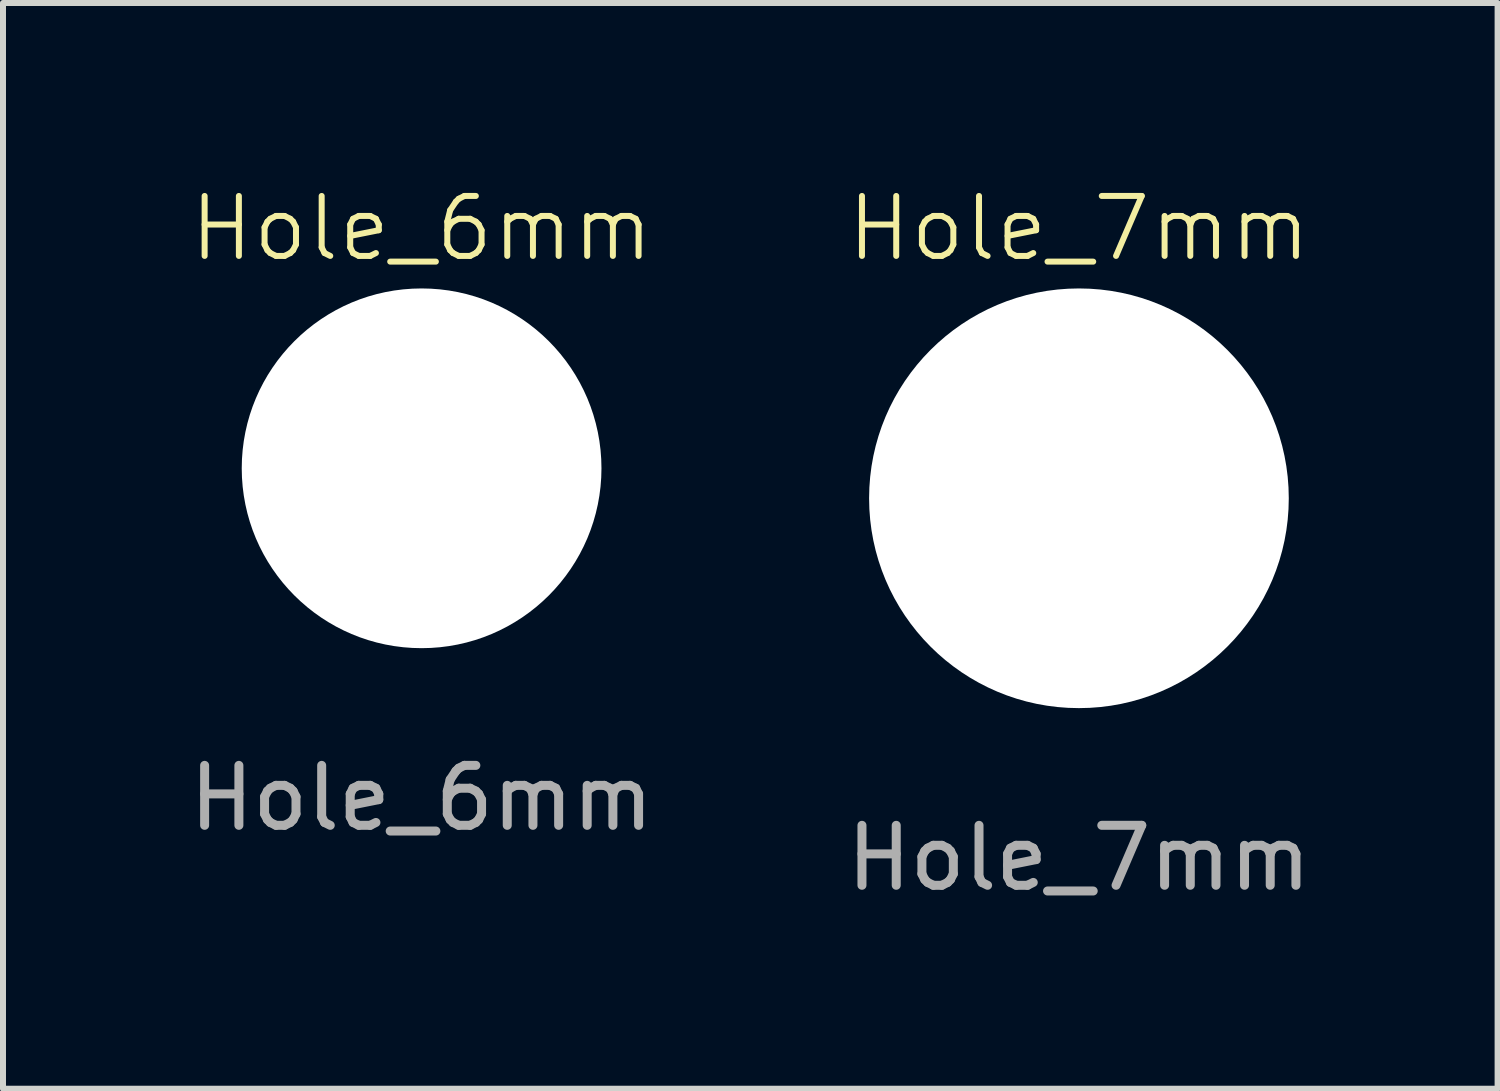
<source format=kicad_pcb>
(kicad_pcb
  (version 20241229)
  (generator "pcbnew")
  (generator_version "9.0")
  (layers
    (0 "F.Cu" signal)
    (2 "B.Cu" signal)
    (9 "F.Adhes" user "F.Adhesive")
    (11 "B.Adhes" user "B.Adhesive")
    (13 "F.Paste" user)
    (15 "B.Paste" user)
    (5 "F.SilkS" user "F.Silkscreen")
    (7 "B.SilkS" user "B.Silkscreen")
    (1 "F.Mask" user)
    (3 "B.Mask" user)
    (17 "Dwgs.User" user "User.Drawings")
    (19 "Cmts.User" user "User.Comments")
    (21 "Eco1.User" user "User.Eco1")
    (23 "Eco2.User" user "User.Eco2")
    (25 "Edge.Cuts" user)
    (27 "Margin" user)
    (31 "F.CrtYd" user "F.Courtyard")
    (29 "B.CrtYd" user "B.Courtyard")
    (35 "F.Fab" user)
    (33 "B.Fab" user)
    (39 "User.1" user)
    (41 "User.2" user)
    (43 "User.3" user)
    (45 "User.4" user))
  (footprint "Hole_7mm"
    (layer "F.Cu")
    (at 14.946 5.261)
    (property "Reference" "Hole_7mm" (at 0 -4.5 0) (unlocked yes) (layer "F.SilkS") (effects (font (size 1 1) (thickness 0.1))))
    (fp_text user "${REFERENCE}" (at 0 6 0) (unlocked yes) (layer "F.Fab") (effects (font (size 1 1) (thickness 0.15))))
    (pad "" np_thru_hole circle (at 0 0) (size 7 7) (drill 7) (layers "*.Cu" "*.Mask")))
  (footprint "Hole_6mm"
    (layer "F.Cu")
    (at 3.982 4.761)
    (property "Reference" "Hole_6mm" (at 0 -4 0) (unlocked yes) (layer "F.SilkS") (effects (font (size 1 1) (thickness 0.1))))
    (fp_text user "${REFERENCE}" (at 0 5.5 0) (unlocked yes) (layer "F.Fab") (effects (font (size 1 1) (thickness 0.15))))
    (pad "" np_thru_hole circle (at 0 0) (size 6 6) (drill 6) (layers "*.Cu" "*.Mask")))
  (gr_rect
    (start -3 -3)
    (end 21.929 15.109)
    (stroke (width 0.1) (type default))
    (fill no)
    (layer "Edge.Cuts")))
</source>
